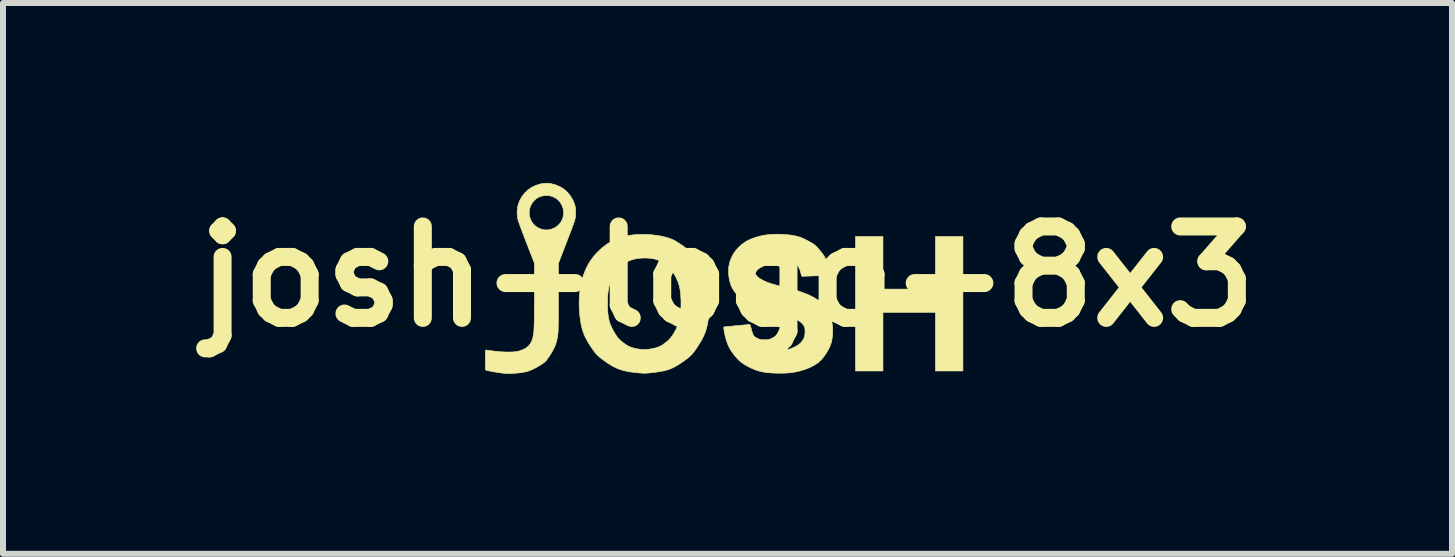
<source format=kicad_pcb>
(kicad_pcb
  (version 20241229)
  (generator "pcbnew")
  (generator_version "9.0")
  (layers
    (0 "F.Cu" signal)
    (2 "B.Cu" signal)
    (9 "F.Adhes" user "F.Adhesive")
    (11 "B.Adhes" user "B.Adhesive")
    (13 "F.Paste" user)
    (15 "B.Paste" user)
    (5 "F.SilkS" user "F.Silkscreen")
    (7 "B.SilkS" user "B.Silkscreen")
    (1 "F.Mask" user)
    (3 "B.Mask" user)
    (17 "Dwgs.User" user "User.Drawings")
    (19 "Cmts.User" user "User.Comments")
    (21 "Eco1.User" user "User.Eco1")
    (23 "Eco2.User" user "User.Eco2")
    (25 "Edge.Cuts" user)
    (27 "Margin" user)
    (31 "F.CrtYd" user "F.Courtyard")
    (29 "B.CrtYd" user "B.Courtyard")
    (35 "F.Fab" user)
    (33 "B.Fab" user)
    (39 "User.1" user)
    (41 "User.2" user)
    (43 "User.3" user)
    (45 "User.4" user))
  (footprint "josh-logo-8x3"
    (layer "F.Cu")
    (at 9.079 1.56)
    (property "Reference" "josh-logo-8x3" (at 0 0 0) (layer "F.SilkS") (effects (font (size 1.524 1.524) (thickness 0.3))))
    (attr through_hole)
    (fp_poly (pts (xy 2.591 0.21) (xy 3.467 0.21) (xy 3.467 -0.667) (xy 3.924 -0.667) (xy 3.924 1.575) (xy 3.467 1.575) (xy 3.467 0.597) (xy 2.591 0.597) (xy 2.591 1.575) (xy 2.134 1.575) (xy 2.134 -0.667) (xy 2.591 -0.667) (xy 2.591 0.21)) (stroke (width 0.01) (type solid)) (fill yes) (layer "F.SilkS"))
    (fp_poly (pts (xy -2.971 -1.552) (xy -2.937 -1.547) (xy -2.86 -1.526) (xy -2.789 -1.495) (xy -2.724 -1.454) (xy -2.667 -1.403) (xy -2.619 -1.344) (xy -2.579 -1.276) (xy -2.549 -1.201) (xy -2.543 -1.181) (xy -2.536 -1.141) (xy -2.532 -1.094) (xy -2.532 -1.044) (xy -2.535 -0.995) (xy -2.543 -0.953) (xy -2.543 -0.953) (xy -2.547 -0.938) (xy -2.556 -0.912) (xy -2.568 -0.878) (xy -2.584 -0.835) (xy -2.602 -0.785) (xy -2.623 -0.73) (xy -2.646 -0.671) (xy -2.67 -0.608) (xy -2.687 -0.563) (xy -2.819 -0.221) (xy -2.819 0.323) (xy -2.819 0.425) (xy -2.82 0.52) (xy -2.82 0.607) (xy -2.821 0.685) (xy -2.821 0.755) (xy -2.822 0.814) (xy -2.823 0.863) (xy -2.824 0.901) (xy -2.825 0.928) (xy -2.826 0.937) (xy -2.835 1.01) (xy -2.849 1.076) (xy -2.868 1.137) (xy -2.894 1.197) (xy -2.927 1.259) (xy -2.968 1.324) (xy -2.983 1.346) (xy -3.005 1.376) (xy -3.022 1.399) (xy -3.036 1.416) (xy -3.052 1.429) (xy -3.07 1.443) (xy -3.093 1.459) (xy -3.096 1.461) (xy -3.159 1.5) (xy -3.215 1.531) (xy -3.268 1.556) (xy -3.319 1.576) (xy -3.373 1.59) (xy -3.431 1.601) (xy -3.497 1.609) (xy -3.54 1.612) (xy -3.576 1.615) (xy -3.604 1.617) (xy -3.626 1.618) (xy -3.647 1.618) (xy -3.669 1.617) (xy -3.698 1.615) (xy -3.734 1.612) (xy -3.74 1.612) (xy -3.774 1.608) (xy -3.817 1.602) (xy -3.864 1.594) (xy -3.913 1.586) (xy -3.959 1.577) (xy -3.998 1.568) (xy -4.016 1.563) (xy -4.035 1.558) (xy -4.037 1.392) (xy -4.038 1.339) (xy -4.038 1.299) (xy -4.037 1.268) (xy -4.036 1.247) (xy -4.035 1.233) (xy -4.033 1.227) (xy -4.031 1.226) (xy -4.022 1.226) (xy -4.003 1.229) (xy -3.976 1.232) (xy -3.945 1.237) (xy -3.937 1.238) (xy -3.864 1.247) (xy -3.791 1.254) (xy -3.72 1.258) (xy -3.652 1.259) (xy -3.591 1.258) (xy -3.538 1.254) (xy -3.495 1.247) (xy -3.485 1.245) (xy -3.42 1.223) (xy -3.366 1.196) (xy -3.322 1.162) (xy -3.287 1.12) (xy -3.261 1.07) (xy -3.244 1.013) (xy -3.24 0.992) (xy -3.236 0.97) (xy -3.233 0.945) (xy -3.23 0.918) (xy -3.227 0.886) (xy -3.225 0.849) (xy -3.224 0.807) (xy -3.222 0.757) (xy -3.221 0.701) (xy -3.221 0.636) (xy -3.22 0.561) (xy -3.22 0.477) (xy -3.219 0.381) (xy -3.219 0.288) (xy -3.219 -0.222) (xy -3.351 -0.56) (xy -3.375 -0.624) (xy -3.399 -0.686) (xy -3.421 -0.744) (xy -3.441 -0.797) (xy -3.458 -0.844) (xy -3.473 -0.884) (xy -3.484 -0.916) (xy -3.492 -0.938) (xy -3.494 -0.946) (xy -3.503 -0.992) (xy -3.507 -1.045) (xy -3.507 -1.075) (xy -3.307 -1.075) (xy -3.304 -1.02) (xy -3.291 -0.967) (xy -3.267 -0.917) (xy -3.235 -0.873) (xy -3.194 -0.835) (xy -3.145 -0.805) (xy -3.097 -0.787) (xy -3.038 -0.776) (xy -2.979 -0.779) (xy -2.953 -0.784) (xy -2.898 -0.803) (xy -2.849 -0.832) (xy -2.807 -0.87) (xy -2.773 -0.915) (xy -2.749 -0.965) (xy -2.735 -1.019) (xy -2.732 -1.076) (xy -2.732 -1.079) (xy -2.742 -1.139) (xy -2.763 -1.193) (xy -2.792 -1.241) (xy -2.829 -1.28) (xy -2.873 -1.312) (xy -2.922 -1.335) (xy -2.975 -1.348) (xy -3.031 -1.351) (xy -3.088 -1.343) (xy -3.146 -1.324) (xy -3.156 -1.319) (xy -3.19 -1.297) (xy -3.225 -1.265) (xy -3.255 -1.227) (xy -3.279 -1.187) (xy -3.299 -1.132) (xy -3.307 -1.075) (xy -3.507 -1.075) (xy -3.506 -1.099) (xy -3.501 -1.151) (xy -3.494 -1.186) (xy -3.466 -1.263) (xy -3.428 -1.332) (xy -3.381 -1.393) (xy -3.326 -1.445) (xy -3.263 -1.488) (xy -3.193 -1.521) (xy -3.117 -1.544) (xy -3.102 -1.547) (xy -3.055 -1.553) (xy -3.014 -1.555) (xy -2.971 -1.552)) (stroke (width 0.01) (type solid)) (fill yes) (layer "F.SilkS"))
    (fp_poly (pts (xy -1.321 -0.7) (xy -1.23 -0.692) (xy -1.142 -0.68) (xy -1.058 -0.663) (xy -0.981 -0.641) (xy -0.914 -0.615) (xy -0.892 -0.605) (xy -0.86 -0.587) (xy -0.82 -0.562) (xy -0.776 -0.533) (xy -0.73 -0.501) (xy -0.685 -0.467) (xy -0.67 -0.455) (xy -0.638 -0.43) (xy -0.614 -0.409) (xy -0.593 -0.387) (xy -0.572 -0.361) (xy -0.548 -0.329) (xy -0.547 -0.327) (xy -0.487 -0.24) (xy -0.438 -0.16) (xy -0.399 -0.086) (xy -0.371 -0.017) (xy -0.366 -0.004) (xy -0.346 0.065) (xy -0.33 0.144) (xy -0.318 0.23) (xy -0.309 0.32) (xy -0.304 0.412) (xy -0.304 0.504) (xy -0.308 0.592) (xy -0.311 0.625) (xy -0.321 0.712) (xy -0.333 0.788) (xy -0.349 0.856) (xy -0.368 0.92) (xy -0.393 0.981) (xy -0.423 1.043) (xy -0.46 1.106) (xy -0.494 1.159) (xy -0.523 1.204) (xy -0.548 1.24) (xy -0.57 1.269) (xy -0.591 1.294) (xy -0.611 1.315) (xy -0.634 1.335) (xy -0.66 1.357) (xy -0.674 1.368) (xy -0.756 1.429) (xy -0.832 1.478) (xy -0.902 1.517) (xy -0.969 1.546) (xy -1.015 1.561) (xy -1.057 1.571) (xy -1.107 1.581) (xy -1.163 1.59) (xy -1.221 1.599) (xy -1.279 1.605) (xy -1.332 1.61) (xy -1.378 1.612) (xy -1.4 1.612) (xy -1.419 1.611) (xy -1.446 1.609) (xy -1.479 1.607) (xy -1.514 1.603) (xy -1.516 1.603) (xy -1.601 1.593) (xy -1.676 1.581) (xy -1.743 1.565) (xy -1.804 1.546) (xy -1.862 1.522) (xy -1.919 1.493) (xy -1.978 1.457) (xy -1.988 1.451) (xy -2.057 1.403) (xy -2.116 1.358) (xy -2.165 1.315) (xy -2.202 1.276) (xy -2.216 1.259) (xy -2.269 1.183) (xy -2.315 1.114) (xy -2.352 1.048) (xy -2.384 0.985) (xy -2.409 0.92) (xy -2.429 0.853) (xy -2.444 0.782) (xy -2.456 0.703) (xy -2.466 0.615) (xy -2.47 0.557) (xy -2.474 0.478) (xy -2.473 0.441) (xy -2.001 0.441) (xy -2 0.526) (xy -1.996 0.6) (xy -1.988 0.667) (xy -1.976 0.727) (xy -1.959 0.784) (xy -1.937 0.839) (xy -1.909 0.894) (xy -1.875 0.952) (xy -1.875 0.953) (xy -1.848 0.995) (xy -1.823 1.027) (xy -1.799 1.052) (xy -1.789 1.062) (xy -1.74 1.103) (xy -1.695 1.135) (xy -1.652 1.161) (xy -1.606 1.18) (xy -1.556 1.195) (xy -1.499 1.207) (xy -1.445 1.215) (xy -1.404 1.218) (xy -1.358 1.217) (xy -1.304 1.211) (xy -1.295 1.21) (xy -1.233 1.199) (xy -1.18 1.185) (xy -1.131 1.166) (xy -1.085 1.141) (xy -1.039 1.107) (xy -0.988 1.065) (xy -0.987 1.064) (xy -0.953 1.028) (xy -0.918 0.982) (xy -0.885 0.929) (xy -0.855 0.872) (xy -0.829 0.813) (xy -0.809 0.755) (xy -0.804 0.736) (xy -0.792 0.679) (xy -0.784 0.613) (xy -0.778 0.54) (xy -0.775 0.462) (xy -0.776 0.384) (xy -0.781 0.306) (xy -0.781 0.295) (xy -0.79 0.224) (xy -0.803 0.16) (xy -0.822 0.099) (xy -0.848 0.038) (xy -0.881 -0.026) (xy -0.897 -0.052) (xy -0.916 -0.084) (xy -0.932 -0.108) (xy -0.948 -0.128) (xy -0.965 -0.145) (xy -0.986 -0.165) (xy -1.003 -0.179) (xy -1.057 -0.219) (xy -1.113 -0.253) (xy -1.167 -0.277) (xy -1.202 -0.289) (xy -1.278 -0.303) (xy -1.358 -0.309) (xy -1.44 -0.307) (xy -1.519 -0.298) (xy -1.592 -0.281) (xy -1.6 -0.278) (xy -1.658 -0.254) (xy -1.716 -0.22) (xy -1.77 -0.179) (xy -1.819 -0.132) (xy -1.859 -0.082) (xy -1.866 -0.071) (xy -1.903 -0.009) (xy -1.933 0.05) (xy -1.957 0.107) (xy -1.975 0.165) (xy -1.987 0.227) (xy -1.996 0.294) (xy -2 0.37) (xy -2.001 0.441) (xy -2.473 0.441) (xy -2.473 0.395) (xy -2.468 0.31) (xy -2.46 0.228) (xy -2.449 0.152) (xy -2.434 0.086) (xy -2.403 -0.022) (xy -2.364 -0.119) (xy -2.319 -0.209) (xy -2.265 -0.292) (xy -2.202 -0.371) (xy -2.16 -0.415) (xy -2.084 -0.485) (xy -2.003 -0.545) (xy -1.915 -0.595) (xy -1.82 -0.635) (xy -1.716 -0.668) (xy -1.668 -0.679) (xy -1.588 -0.693) (xy -1.502 -0.7) (xy -1.412 -0.703) (xy -1.321 -0.7)) (stroke (width 0.01) (type solid)) (fill yes) (layer "F.SilkS"))
    (fp_poly (pts (xy 0.911 -0.702) (xy 0.974 -0.698) (xy 1.045 -0.692) (xy 1.108 -0.682) (xy 1.165 -0.669) (xy 1.22 -0.652) (xy 1.276 -0.628) (xy 1.335 -0.598) (xy 1.401 -0.561) (xy 1.402 -0.56) (xy 1.437 -0.538) (xy 1.466 -0.516) (xy 1.493 -0.489) (xy 1.51 -0.47) (xy 1.553 -0.42) (xy 1.587 -0.376) (xy 1.614 -0.334) (xy 1.635 -0.292) (xy 1.651 -0.249) (xy 1.657 -0.228) (xy 1.664 -0.201) (xy 1.671 -0.168) (xy 1.677 -0.131) (xy 1.683 -0.096) (xy 1.687 -0.064) (xy 1.689 -0.041) (xy 1.689 -0.038) (xy 1.689 -0.021) (xy 1.468 -0.012) (xy 1.417 -0.01) (xy 1.369 -0.008) (xy 1.326 -0.007) (xy 1.291 -0.005) (xy 1.264 -0.004) (xy 1.247 -0.003) (xy 1.242 -0.003) (xy 1.238 -0.009) (xy 1.232 -0.024) (xy 1.225 -0.046) (xy 1.222 -0.057) (xy 1.212 -0.094) (xy 1.202 -0.123) (xy 1.191 -0.148) (xy 1.177 -0.171) (xy 1.16 -0.195) (xy 1.133 -0.228) (xy 1.104 -0.253) (xy 1.069 -0.275) (xy 1.032 -0.291) (xy 0.995 -0.305) (xy 0.956 -0.315) (xy 0.914 -0.32) (xy 0.865 -0.323) (xy 0.807 -0.322) (xy 0.797 -0.322) (xy 0.747 -0.32) (xy 0.705 -0.315) (xy 0.67 -0.309) (xy 0.637 -0.3) (xy 0.603 -0.286) (xy 0.575 -0.274) (xy 0.527 -0.247) (xy 0.491 -0.216) (xy 0.467 -0.181) (xy 0.455 -0.142) (xy 0.453 -0.098) (xy 0.457 -0.073) (xy 0.469 -0.037) (xy 0.49 -0.005) (xy 0.521 0.023) (xy 0.553 0.043) (xy 0.585 0.06) (xy 0.616 0.076) (xy 0.649 0.091) (xy 0.685 0.105) (xy 0.726 0.118) (xy 0.772 0.132) (xy 0.826 0.147) (xy 0.889 0.163) (xy 0.963 0.182) (xy 0.975 0.185) (xy 1.096 0.216) (xy 1.205 0.25) (xy 1.302 0.285) (xy 1.387 0.322) (xy 1.46 0.362) (xy 1.523 0.403) (xy 1.545 0.421) (xy 1.587 0.462) (xy 1.628 0.512) (xy 1.665 0.57) (xy 1.698 0.63) (xy 1.723 0.691) (xy 1.734 0.728) (xy 1.746 0.794) (xy 1.753 0.867) (xy 1.753 0.943) (xy 1.746 1.018) (xy 1.734 1.087) (xy 1.733 1.089) (xy 1.714 1.148) (xy 1.686 1.21) (xy 1.651 1.271) (xy 1.61 1.33) (xy 1.567 1.383) (xy 1.521 1.427) (xy 1.5 1.444) (xy 1.437 1.484) (xy 1.365 1.52) (xy 1.285 1.551) (xy 1.2 1.576) (xy 1.112 1.595) (xy 1.032 1.606) (xy 0.987 1.609) (xy 0.933 1.611) (xy 0.873 1.612) (xy 0.812 1.611) (xy 0.753 1.609) (xy 0.707 1.606) (xy 0.619 1.596) (xy 0.539 1.58) (xy 0.464 1.557) (xy 0.391 1.525) (xy 0.362 1.511) (xy 0.307 1.481) (xy 0.262 1.453) (xy 0.224 1.426) (xy 0.191 1.398) (xy 0.162 1.368) (xy 0.154 1.359) (xy 0.104 1.299) (xy 0.063 1.242) (xy 0.03 1.186) (xy 0.003 1.129) (xy -0.019 1.066) (xy -0.038 0.997) (xy -0.053 0.925) (xy -0.059 0.888) (xy -0.063 0.862) (xy -0.063 0.847) (xy -0.061 0.841) (xy -0.053 0.84) (xy -0.035 0.838) (xy -0.007 0.835) (xy 0.028 0.832) (xy 0.068 0.828) (xy 0.112 0.823) (xy 0.157 0.819) (xy 0.202 0.815) (xy 0.245 0.811) (xy 0.284 0.807) (xy 0.318 0.804) (xy 0.344 0.802) (xy 0.361 0.8) (xy 0.366 0.8) (xy 0.373 0.802) (xy 0.379 0.81) (xy 0.384 0.827) (xy 0.387 0.84) (xy 0.406 0.914) (xy 0.432 0.979) (xy 0.468 1.039) (xy 0.503 1.084) (xy 0.528 1.111) (xy 0.555 1.134) (xy 0.588 1.155) (xy 0.629 1.178) (xy 0.635 1.181) (xy 0.665 1.195) (xy 0.695 1.206) (xy 0.726 1.213) (xy 0.762 1.218) (xy 0.805 1.221) (xy 0.858 1.222) (xy 0.873 1.222) (xy 0.925 1.221) (xy 0.967 1.22) (xy 1.002 1.216) (xy 1.032 1.21) (xy 1.061 1.201) (xy 1.09 1.188) (xy 1.113 1.177) (xy 1.152 1.157) (xy 1.182 1.138) (xy 1.206 1.119) (xy 1.227 1.098) (xy 1.238 1.085) (xy 1.262 1.051) (xy 1.278 1.018) (xy 1.288 0.982) (xy 1.292 0.938) (xy 1.292 0.918) (xy 1.292 0.887) (xy 1.29 0.866) (xy 1.287 0.85) (xy 1.282 0.836) (xy 1.274 0.821) (xy 1.248 0.787) (xy 1.212 0.754) (xy 1.166 0.725) (xy 1.15 0.717) (xy 1.124 0.706) (xy 1.089 0.694) (xy 1.042 0.679) (xy 0.985 0.662) (xy 0.916 0.643) (xy 0.836 0.622) (xy 0.756 0.601) (xy 0.682 0.582) (xy 0.619 0.564) (xy 0.564 0.548) (xy 0.517 0.532) (xy 0.474 0.516) (xy 0.434 0.499) (xy 0.396 0.48) (xy 0.357 0.458) (xy 0.316 0.434) (xy 0.295 0.421) (xy 0.261 0.399) (xy 0.235 0.38) (xy 0.213 0.362) (xy 0.192 0.34) (xy 0.167 0.313) (xy 0.166 0.312) (xy 0.124 0.261) (xy 0.092 0.214) (xy 0.067 0.168) (xy 0.048 0.12) (xy 0.034 0.066) (xy 0.023 0.003) (xy 0.022 -0.004) (xy 0.016 -0.087) (xy 0.021 -0.165) (xy 0.037 -0.24) (xy 0.065 -0.314) (xy 0.076 -0.337) (xy 0.094 -0.371) (xy 0.113 -0.4) (xy 0.134 -0.428) (xy 0.16 -0.459) (xy 0.188 -0.489) (xy 0.242 -0.539) (xy 0.303 -0.581) (xy 0.371 -0.617) (xy 0.45 -0.647) (xy 0.463 -0.651) (xy 0.534 -0.672) (xy 0.603 -0.687) (xy 0.673 -0.697) (xy 0.746 -0.703) (xy 0.824 -0.705) (xy 0.911 -0.702)) (stroke (width 0.01) (type solid)) (fill yes) (layer "F.SilkS")))
  (gr_rect
    (start -3 -3)
    (end 21.157 6.183)
    (stroke (width 0.1) (type default))
    (fill no)
    (layer "Edge.Cuts")))
</source>
